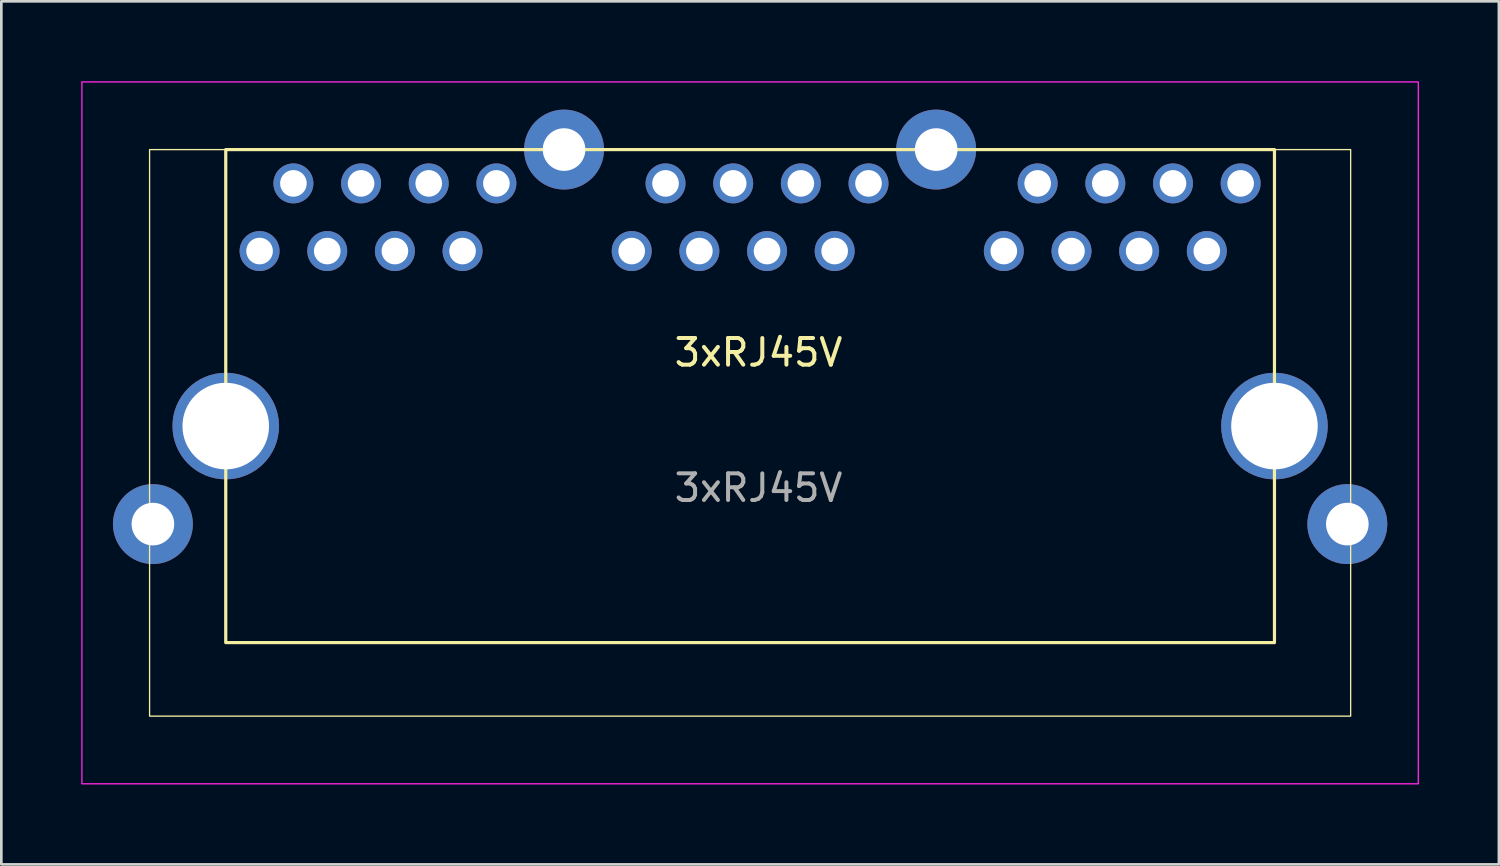
<source format=kicad_pcb>
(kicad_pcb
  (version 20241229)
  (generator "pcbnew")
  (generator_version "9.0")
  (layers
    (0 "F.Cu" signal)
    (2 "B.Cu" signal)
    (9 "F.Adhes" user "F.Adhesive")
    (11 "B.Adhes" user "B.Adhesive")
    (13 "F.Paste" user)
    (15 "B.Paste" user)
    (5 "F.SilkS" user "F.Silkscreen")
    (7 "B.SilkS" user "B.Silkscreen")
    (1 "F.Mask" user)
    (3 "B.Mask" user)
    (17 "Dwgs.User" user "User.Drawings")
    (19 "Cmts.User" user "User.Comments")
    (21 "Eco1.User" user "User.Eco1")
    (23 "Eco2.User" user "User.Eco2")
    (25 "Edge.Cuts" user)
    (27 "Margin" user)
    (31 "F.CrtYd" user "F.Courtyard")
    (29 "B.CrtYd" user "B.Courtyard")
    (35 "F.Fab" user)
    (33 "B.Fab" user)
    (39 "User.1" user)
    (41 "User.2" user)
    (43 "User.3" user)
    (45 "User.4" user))
  (footprint "3xRJ45V"
    (layer "F.Cu")
    (at 2.565 2.565)
    (property "Reference" "3xRJ45V" (at 22.86 7.62 0) (unlocked yes) (layer "F.SilkS") (effects (font (size 1 1) (thickness 0.15))))
    (attr through_hole)
    (fp_rect (start 0 0) (end 45.09 21.27) (stroke (width 0.05) (type solid)) (fill no) (layer "F.SilkS"))
    (fp_rect (start 2.86 0) (end 42.23 18.51) (stroke (width 0.12) (type solid)) (fill no) (layer "F.SilkS"))
    (fp_rect (start 47.63 -2.54) (end -2.54 23.81) (stroke (width 0.05) (type solid)) (fill no) (layer "F.CrtYd"))
    (fp_text user "${REFERENCE}" (at 22.86 12.7 0) (unlocked yes) (layer "F.Fab") (effects (font (size 1 1) (thickness 0.15))))
    (pad "A1" thru_hole circle (at 4.13 3.81) (size 1.5 1.5) (drill 1) (layers "*.Cu" "*.Mask"))
    (pad "A2" thru_hole circle (at 5.4 1.27) (size 1.5 1.5) (drill 1) (layers "*.Cu" "*.Mask"))
    (pad "A3" thru_hole circle (at 6.67 3.81) (size 1.5 1.5) (drill 1) (layers "*.Cu" "*.Mask"))
    (pad "A4" thru_hole circle (at 7.94 1.27) (size 1.5 1.5) (drill 1) (layers "*.Cu" "*.Mask"))
    (pad "A5" thru_hole circle (at 9.21 3.81) (size 1.5 1.5) (drill 1) (layers "*.Cu" "*.Mask"))
    (pad "A6" thru_hole circle (at 10.48 1.27) (size 1.5 1.5) (drill 1) (layers "*.Cu" "*.Mask"))
    (pad "A7" thru_hole circle (at 11.75 3.81) (size 1.5 1.5) (drill 1) (layers "*.Cu" "*.Mask"))
    (pad "A8" thru_hole circle (at 13.02 1.27) (size 1.5 1.5) (drill 1) (layers "*.Cu" "*.Mask"))
    (pad "B1" thru_hole circle (at 18.1 3.81) (size 1.5 1.5) (drill 1) (layers "*.Cu" "*.Mask"))
    (pad "B2" thru_hole circle (at 19.37 1.27) (size 1.5 1.5) (drill 1) (layers "*.Cu" "*.Mask"))
    (pad "B3" thru_hole circle (at 20.64 3.81) (size 1.5 1.5) (drill 1) (layers "*.Cu" "*.Mask"))
    (pad "B4" thru_hole circle (at 21.91 1.27) (size 1.5 1.5) (drill 1) (layers "*.Cu" "*.Mask"))
    (pad "B5" thru_hole circle (at 23.18 3.81) (size 1.5 1.5) (drill 1) (layers "*.Cu" "*.Mask"))
    (pad "B6" thru_hole circle (at 24.45 1.27) (size 1.5 1.5) (drill 1) (layers "*.Cu" "*.Mask"))
    (pad "B7" thru_hole circle (at 25.72 3.81) (size 1.5 1.5) (drill 1) (layers "*.Cu" "*.Mask"))
    (pad "B8" thru_hole circle (at 26.99 1.27) (size 1.5 1.5) (drill 1) (layers "*.Cu" "*.Mask"))
    (pad "C1" thru_hole circle (at 32.07 3.81) (size 1.5 1.5) (drill 1) (layers "*.Cu" "*.Mask"))
    (pad "C2" thru_hole circle (at 33.34 1.27) (size 1.5 1.5) (drill 1) (layers "*.Cu" "*.Mask"))
    (pad "C3" thru_hole circle (at 34.61 3.81) (size 1.5 1.5) (drill 1) (layers "*.Cu" "*.Mask"))
    (pad "C4" thru_hole circle (at 35.88 1.27) (size 1.5 1.5) (drill 1) (layers "*.Cu" "*.Mask"))
    (pad "C5" thru_hole circle (at 37.15 3.81) (size 1.5 1.5) (drill 1) (layers "*.Cu" "*.Mask"))
    (pad "C6" thru_hole circle (at 38.42 1.27) (size 1.5 1.5) (drill 1) (layers "*.Cu" "*.Mask"))
    (pad "C7" thru_hole circle (at 39.69 3.81) (size 1.5 1.5) (drill 1) (layers "*.Cu" "*.Mask"))
    (pad "C7" thru_hole circle (at 40.96 1.27) (size 1.5 1.5) (drill 1) (layers "*.Cu" "*.Mask"))
    (pad "MH1" thru_hole circle (at 2.86 10.38) (size 4 4) (drill 3.25) (layers "*.Cu" "*.Mask"))
    (pad "MH2" thru_hole circle (at 42.23 10.38) (size 4 4) (drill 3.25) (layers "*.Cu" "*.Mask"))
    (pad "MH4" thru_hole circle (at 0.125 14.06) (size 3 3) (drill 1.6) (layers "*.Cu" "*.Mask"))
    (pad "MH5" thru_hole circle (at 15.56 0) (size 3 3) (drill 1.6) (layers "*.Cu" "*.Mask"))
    (pad "MH5" thru_hole circle (at 44.965 14.06) (size 3 3) (drill 1.6) (layers "*.Cu" "*.Mask"))
    (pad "MH6" thru_hole circle (at 29.53 0) (size 3 3) (drill 1.6) (layers "*.Cu" "*.Mask")))
  (gr_rect
    (start -3 -3)
    (end 53.22 29.4)
    (stroke (width 0.1) (type default))
    (fill no)
    (layer "Edge.Cuts")))
</source>
